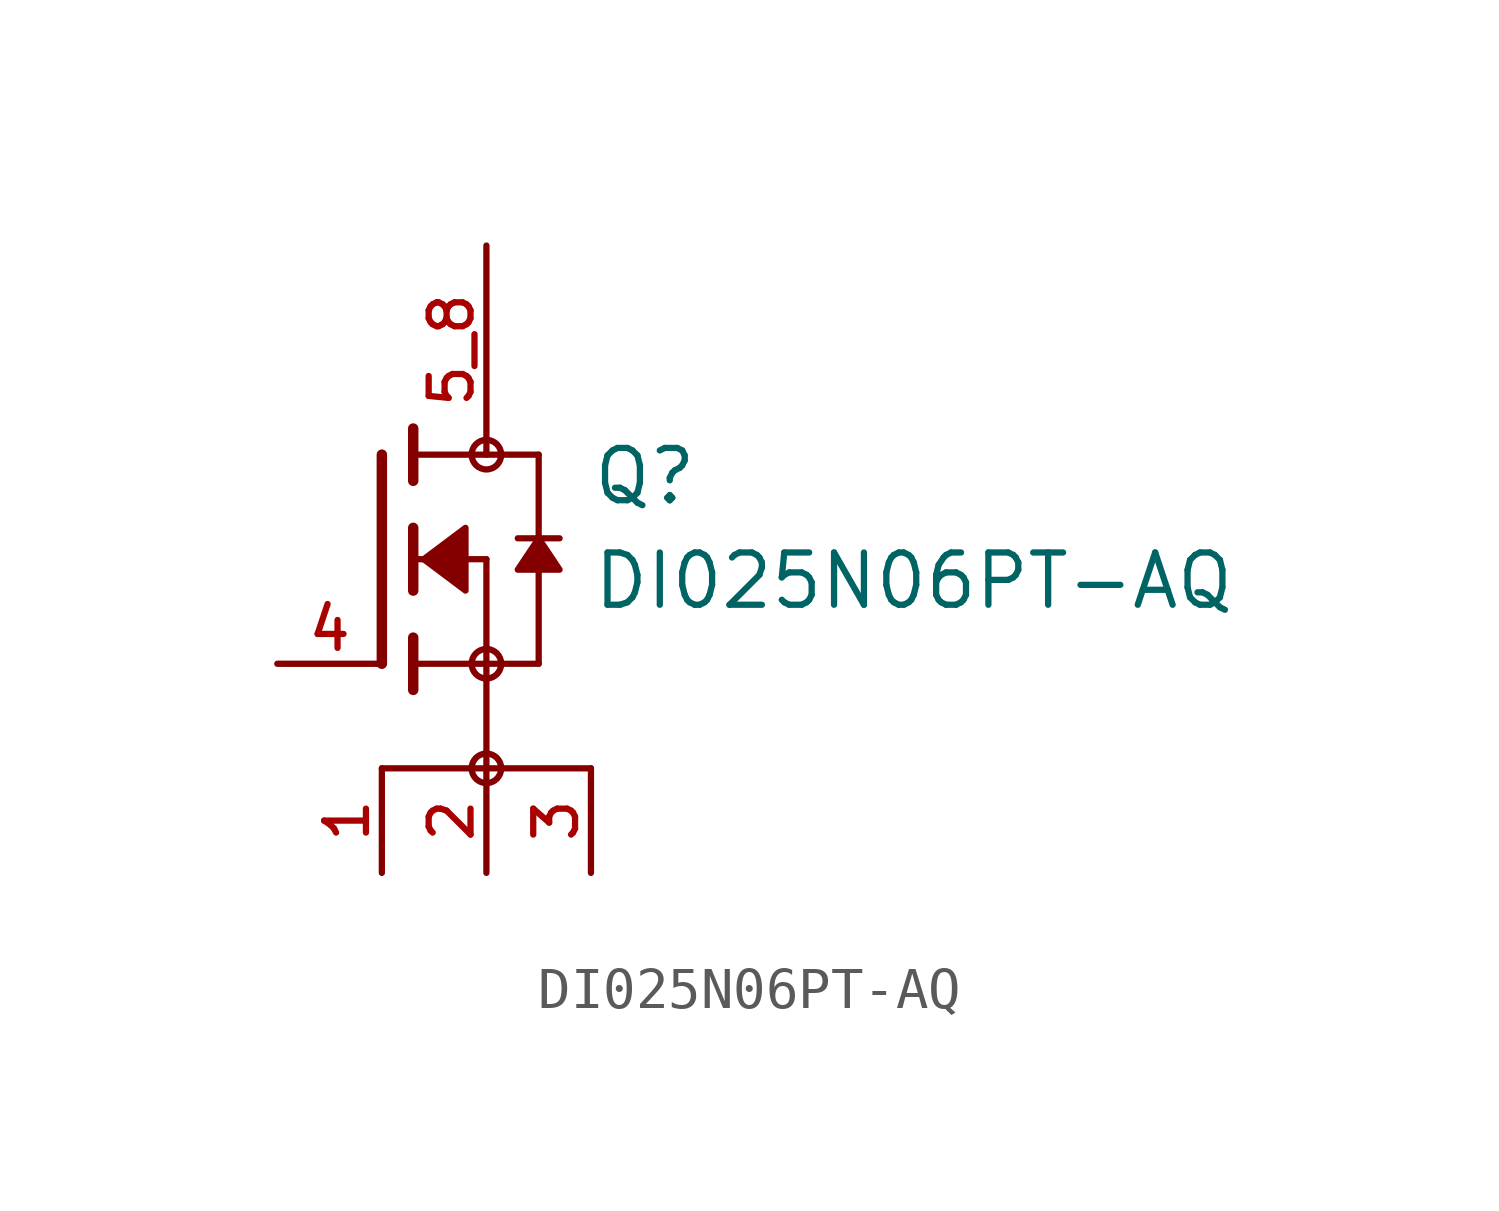
<source format=kicad_sym>
(kicad_symbol_lib
  (version 20211014)
  (generator kicad_symbol_editor)
  (symbol "DI025N06PT-AQ"
    (pin_names
      (offset 1.016))
    (property "Reference" "Q"
      (at 5.08 1.27 0)
      (effects (font (size 1.27 1.27)) (justify bottom left)))
    (property "Value" "DI025N06PT-AQ"
      (at 5.08 -1.27 0)
      (effects (font (size 1.27 1.27)) (justify bottom left)))
    (symbol "DI025N06PT-AQ_0_0"
      (polyline (pts (xy 0.0 -5.08) (xy 2.54 -5.08)) (stroke (width 0.152)))
      (circle (center 2.54 -5.08) (radius 0.359) (stroke (width 0.0)) (fill (type none)))
      (polyline (pts (xy 2.54 -5.08) (xy 5.08 -5.08)) (stroke (width 0.152)))
      (polyline (pts (xy 0.762 0.762) (xy 0.762 0.0)) (stroke (width 0.254)))
      (polyline (pts (xy 0.762 0.0) (xy 0.762 -0.762)) (stroke (width 0.254)))
      (polyline (pts (xy 0.762 3.175) (xy 0.762 2.54)) (stroke (width 0.254)))
      (polyline (pts (xy 0.762 2.54) (xy 0.762 1.905)) (stroke (width 0.254)))
      (polyline (pts (xy 0.762 0.0) (xy 2.54 0.0)) (stroke (width 0.152)))
      (polyline (pts (xy 2.54 0.0) (xy 2.54 -2.54)) (stroke (width 0.152)))
      (polyline (pts (xy 0.762 -1.905) (xy 0.762 -2.54)) (stroke (width 0.254)))
      (polyline (pts (xy 0.762 -2.54) (xy 0.762 -3.175)) (stroke (width 0.254)))
      (polyline (pts (xy 0.0 2.54) (xy 0.0 -2.54)) (stroke (width 0.254)))
      (polyline (pts (xy 2.54 -2.54) (xy 0.762 -2.54)) (stroke (width 0.152)))
      (polyline (pts (xy 3.81 2.54) (xy 3.81 0.508)) (stroke (width 0.152)))
      (polyline (pts (xy 3.81 0.508) (xy 3.81 -2.54)) (stroke (width 0.152)))
      (polyline (pts (xy 2.54 -2.54) (xy 3.81 -2.54)) (stroke (width 0.152)))
      (polyline (pts (xy 0.762 2.54) (xy 3.81 2.54)) (stroke (width 0.152)))
      (polyline (pts (xy 4.318 0.508) (xy 3.81 0.508)) (stroke (width 0.152)))
      (polyline (pts (xy 3.81 0.508) (xy 3.302 0.508)) (stroke (width 0.152)))
      (circle (center 2.54 -2.54) (radius 0.359) (stroke (width 0.0)) (fill (type none)))
      (circle (center 2.54 2.54) (radius 0.359) (stroke (width 0.0)) (fill (type none)))
      (polyline (pts (xy 3.81 0.508) (xy 3.302 -0.254) (xy 4.318 -0.254) (xy 3.81 0.508)) (stroke (width 0.152)) (fill (type outline)))
      (polyline (pts (xy 1.016 0.0) (xy 2.032 0.762) (xy 2.032 -0.762) (xy 1.016 0.0)) (stroke (width 0.152)) (fill (type outline)))
      (polyline (pts (xy 2.54 -2.54) (xy 2.54 -5.08)) (stroke (width 0.152)))
      (pin passive line (at 0.0 -7.62 90.0) (length 2.54) (name "~" (effects (font (size 1.016 1.016)))) (number "1" (effects (font (size 1.016 1.016)))))
      (pin passive line (at -2.54 -2.54 0) (length 2.54) (name "~" (effects (font (size 1.016 1.016)))) (number "4" (effects (font (size 1.016 1.016)))))
      (pin passive line (at 2.54 -7.62 90.0) (length 2.54) (name "~" (effects (font (size 1.016 1.016)))) (number "2" (effects (font (size 1.016 1.016)))))
      (pin passive line (at 5.08 -7.62 90.0) (length 2.54) (name "~" (effects (font (size 1.016 1.016)))) (number "3" (effects (font (size 1.016 1.016)))))
      (pin passive line (at 2.54 7.62 270.0) (length 5.08) (name "~" (effects (font (size 1.016 1.016)))) (number "5_8" (effects (font (size 1.016 1.016))))))))
</source>
